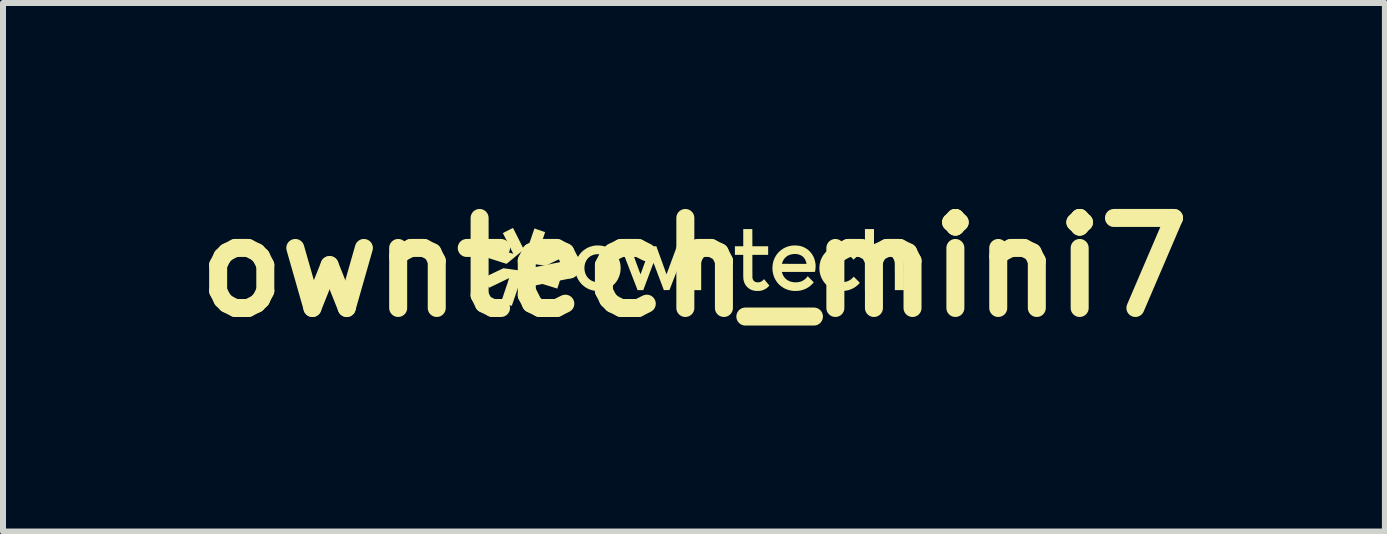
<source format=kicad_pcb>
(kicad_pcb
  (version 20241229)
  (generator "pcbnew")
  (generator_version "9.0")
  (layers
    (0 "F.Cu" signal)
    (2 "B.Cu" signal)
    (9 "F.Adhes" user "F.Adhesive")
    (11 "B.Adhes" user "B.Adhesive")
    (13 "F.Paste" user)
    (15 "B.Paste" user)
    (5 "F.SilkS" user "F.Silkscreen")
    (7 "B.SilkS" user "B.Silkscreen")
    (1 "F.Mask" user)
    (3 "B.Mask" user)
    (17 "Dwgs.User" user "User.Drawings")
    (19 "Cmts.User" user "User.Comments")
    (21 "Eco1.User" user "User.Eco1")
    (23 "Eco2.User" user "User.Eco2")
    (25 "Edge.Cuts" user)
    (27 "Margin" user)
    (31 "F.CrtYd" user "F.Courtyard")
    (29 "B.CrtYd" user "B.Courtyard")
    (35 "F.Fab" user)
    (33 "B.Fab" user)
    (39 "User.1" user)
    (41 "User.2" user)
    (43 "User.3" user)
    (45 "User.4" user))
  (footprint "owntech_mini7"
    (layer "F.Cu")
    (at 8.514 1.404)
    (property "Reference" "owntech_mini7" (at 0 0 0) (layer "F.SilkS") (effects (font (size 1.5 1.5) (thickness 0.3))))
    (attr board_only exclude_from_pos_files exclude_from_bom)
    (fp_poly (pts (xy 0.898 -0.637) (xy 0.973 -0.637) (xy 0.974 -0.493) (xy 0.974 -0.35) (xy 1.105 -0.35) (xy 1.237 -0.35) (xy 1.237 -0.278) (xy 1.237 -0.207) (xy 1.105 -0.207) (xy 0.974 -0.207) (xy 0.974 -0.016) (xy 0.975 0.176) (xy 0.977 0.186) (xy 0.982 0.201) (xy 0.989 0.214) (xy 0.997 0.225) (xy 1.007 0.235) (xy 1.019 0.242) (xy 1.032 0.247) (xy 1.036 0.248) (xy 1.051 0.25) (xy 1.067 0.251) (xy 1.083 0.25) (xy 1.099 0.247) (xy 1.114 0.241) (xy 1.119 0.239) (xy 1.129 0.234) (xy 1.138 0.227) (xy 1.147 0.22) (xy 1.156 0.21) (xy 1.156 0.21) (xy 1.161 0.205) (xy 1.164 0.202) (xy 1.167 0.199) (xy 1.168 0.198) (xy 1.168 0.198) (xy 1.169 0.199) (xy 1.172 0.202) (xy 1.175 0.206) (xy 1.18 0.212) (xy 1.186 0.219) (xy 1.193 0.227) (xy 1.2 0.236) (xy 1.208 0.245) (xy 1.211 0.249) (xy 1.22 0.259) (xy 1.227 0.269) (xy 1.235 0.277) (xy 1.241 0.285) (xy 1.246 0.292) (xy 1.251 0.297) (xy 1.254 0.301) (xy 1.256 0.303) (xy 1.256 0.303) (xy 1.257 0.304) (xy 1.257 0.305) (xy 1.256 0.307) (xy 1.254 0.309) (xy 1.25 0.313) (xy 1.246 0.318) (xy 1.244 0.319) (xy 1.225 0.337) (xy 1.207 0.352) (xy 1.187 0.364) (xy 1.167 0.374) (xy 1.146 0.382) (xy 1.123 0.389) (xy 1.1 0.393) (xy 1.095 0.393) (xy 1.09 0.394) (xy 1.082 0.394) (xy 1.074 0.394) (xy 1.064 0.394) (xy 1.054 0.394) (xy 1.044 0.394) (xy 1.035 0.394) (xy 1.028 0.394) (xy 1.022 0.393) (xy 1.022 0.393) (xy 0.997 0.389) (xy 0.974 0.382) (xy 0.952 0.374) (xy 0.931 0.363) (xy 0.912 0.35) (xy 0.895 0.336) (xy 0.879 0.32) (xy 0.865 0.302) (xy 0.853 0.283) (xy 0.842 0.262) (xy 0.834 0.239) (xy 0.828 0.216) (xy 0.826 0.207) (xy 0.826 0.203) (xy 0.825 0.2) (xy 0.825 0.196) (xy 0.824 0.192) (xy 0.824 0.188) (xy 0.824 0.183) (xy 0.823 0.177) (xy 0.823 0.171) (xy 0.823 0.164) (xy 0.823 0.156) (xy 0.822 0.146) (xy 0.822 0.136) (xy 0.822 0.123) (xy 0.822 0.11) (xy 0.822 0.094) (xy 0.822 0.077) (xy 0.822 0.058) (xy 0.822 0.036) (xy 0.822 0.013) (xy 0.822 -0.013) (xy 0.822 -0.019) (xy 0.822 -0.207) (xy 0.752 -0.207) (xy 0.683 -0.207) (xy 0.683 -0.278) (xy 0.683 -0.35) (xy 0.752 -0.35) (xy 0.822 -0.35) (xy 0.822 -0.494) (xy 0.822 -0.637)) (stroke (width 0) (type solid)) (fill yes) (layer "F.SilkS"))
    (fp_poly (pts (xy 0.339 -0.363) (xy 0.35 -0.363) (xy 0.36 -0.362) (xy 0.369 -0.361) (xy 0.378 -0.36) (xy 0.388 -0.358) (xy 0.398 -0.355) (xy 0.402 -0.354) (xy 0.428 -0.347) (xy 0.452 -0.337) (xy 0.475 -0.325) (xy 0.496 -0.311) (xy 0.516 -0.295) (xy 0.535 -0.277) (xy 0.552 -0.257) (xy 0.568 -0.236) (xy 0.581 -0.214) (xy 0.593 -0.19) (xy 0.603 -0.165) (xy 0.61 -0.139) (xy 0.615 -0.116) (xy 0.616 -0.112) (xy 0.616 -0.109) (xy 0.617 -0.105) (xy 0.617 -0.101) (xy 0.618 -0.097) (xy 0.618 -0.092) (xy 0.618 -0.086) (xy 0.619 -0.08) (xy 0.619 -0.073) (xy 0.619 -0.065) (xy 0.619 -0.056) (xy 0.619 -0.046) (xy 0.62 -0.034) (xy 0.62 -0.021) (xy 0.62 -0.007) (xy 0.62 0.01) (xy 0.62 0.028) (xy 0.62 0.048) (xy 0.62 0.069) (xy 0.62 0.094) (xy 0.62 0.12) (xy 0.62 0.149) (xy 0.62 0.157) (xy 0.62 0.381) (xy 0.544 0.381) (xy 0.468 0.381) (xy 0.468 0.155) (xy 0.468 0.127) (xy 0.468 0.101) (xy 0.468 0.078) (xy 0.468 0.056) (xy 0.467 0.037) (xy 0.467 0.02) (xy 0.467 0.005) (xy 0.467 -0.009) (xy 0.467 -0.021) (xy 0.467 -0.031) (xy 0.467 -0.04) (xy 0.467 -0.048) (xy 0.467 -0.055) (xy 0.467 -0.061) (xy 0.467 -0.065) (xy 0.466 -0.069) (xy 0.466 -0.073) (xy 0.466 -0.075) (xy 0.466 -0.078) (xy 0.465 -0.08) (xy 0.465 -0.082) (xy 0.465 -0.083) (xy 0.465 -0.085) (xy 0.459 -0.106) (xy 0.452 -0.126) (xy 0.443 -0.144) (xy 0.432 -0.161) (xy 0.42 -0.175) (xy 0.406 -0.188) (xy 0.39 -0.198) (xy 0.372 -0.207) (xy 0.353 -0.214) (xy 0.333 -0.219) (xy 0.33 -0.219) (xy 0.323 -0.22) (xy 0.314 -0.221) (xy 0.304 -0.221) (xy 0.293 -0.221) (xy 0.283 -0.221) (xy 0.275 -0.22) (xy 0.27 -0.22) (xy 0.248 -0.215) (xy 0.228 -0.209) (xy 0.209 -0.201) (xy 0.192 -0.19) (xy 0.177 -0.178) (xy 0.163 -0.164) (xy 0.15 -0.148) (xy 0.14 -0.13) (xy 0.132 -0.111) (xy 0.125 -0.09) (xy 0.124 -0.086) (xy 0.121 -0.073) (xy 0.121 0.154) (xy 0.121 0.381) (xy 0.045 0.381) (xy -0.03 0.381) (xy -0.03 0.015) (xy -0.03 -0.35) (xy 0.045 -0.35) (xy 0.121 -0.35) (xy 0.121 -0.32) (xy 0.121 -0.29) (xy 0.13 -0.298) (xy 0.146 -0.31) (xy 0.165 -0.322) (xy 0.185 -0.333) (xy 0.206 -0.342) (xy 0.228 -0.35) (xy 0.25 -0.356) (xy 0.255 -0.357) (xy 0.266 -0.359) (xy 0.275 -0.36) (xy 0.284 -0.362) (xy 0.292 -0.362) (xy 0.301 -0.363) (xy 0.312 -0.363) (xy 0.324 -0.363) (xy 0.326 -0.363)) (stroke (width 0) (type solid)) (fill yes) (layer "F.SilkS"))
    (fp_poly (pts (xy 3.001 -0.464) (xy 3.001 -0.29) (xy 3.01 -0.298) (xy 3.026 -0.31) (xy 3.044 -0.321) (xy 3.064 -0.332) (xy 3.084 -0.341) (xy 3.105 -0.349) (xy 3.125 -0.355) (xy 3.131 -0.356) (xy 3.158 -0.361) (xy 3.186 -0.363) (xy 3.214 -0.364) (xy 3.241 -0.362) (xy 3.265 -0.359) (xy 3.292 -0.353) (xy 3.317 -0.345) (xy 3.341 -0.334) (xy 3.363 -0.322) (xy 3.385 -0.307) (xy 3.404 -0.291) (xy 3.422 -0.273) (xy 3.439 -0.253) (xy 3.454 -0.232) (xy 3.466 -0.209) (xy 3.477 -0.185) (xy 3.486 -0.159) (xy 3.492 -0.133) (xy 3.493 -0.129) (xy 3.494 -0.126) (xy 3.495 -0.122) (xy 3.495 -0.119) (xy 3.496 -0.116) (xy 3.496 -0.112) (xy 3.497 -0.109) (xy 3.497 -0.105) (xy 3.498 -0.1) (xy 3.498 -0.095) (xy 3.498 -0.089) (xy 3.498 -0.082) (xy 3.499 -0.075) (xy 3.499 -0.066) (xy 3.499 -0.056) (xy 3.499 -0.044) (xy 3.499 -0.032) (xy 3.499 -0.017) (xy 3.499 -0.001) (xy 3.499 0.017) (xy 3.499 0.036) (xy 3.5 0.058) (xy 3.5 0.082) (xy 3.5 0.109) (xy 3.5 0.137) (xy 3.5 0.144) (xy 3.5 0.381) (xy 3.424 0.381) (xy 3.348 0.381) (xy 3.348 0.154) (xy 3.348 0.126) (xy 3.348 0.1) (xy 3.348 0.076) (xy 3.347 0.055) (xy 3.347 0.035) (xy 3.347 0.018) (xy 3.347 0.003) (xy 3.347 -0.011) (xy 3.347 -0.023) (xy 3.347 -0.034) (xy 3.347 -0.043) (xy 3.347 -0.051) (xy 3.347 -0.058) (xy 3.347 -0.063) (xy 3.346 -0.068) (xy 3.346 -0.072) (xy 3.346 -0.075) (xy 3.346 -0.078) (xy 3.346 -0.08) (xy 3.345 -0.082) (xy 3.345 -0.083) (xy 3.34 -0.105) (xy 3.333 -0.125) (xy 3.324 -0.143) (xy 3.313 -0.16) (xy 3.301 -0.174) (xy 3.287 -0.187) (xy 3.272 -0.197) (xy 3.259 -0.204) (xy 3.244 -0.21) (xy 3.229 -0.215) (xy 3.213 -0.219) (xy 3.196 -0.221) (xy 3.178 -0.221) (xy 3.156 -0.22) (xy 3.136 -0.217) (xy 3.116 -0.212) (xy 3.098 -0.205) (xy 3.08 -0.195) (xy 3.075 -0.192) (xy 3.067 -0.186) (xy 3.059 -0.179) (xy 3.05 -0.171) (xy 3.042 -0.162) (xy 3.034 -0.153) (xy 3.029 -0.145) (xy 3.028 -0.144) (xy 3.018 -0.126) (xy 3.011 -0.107) (xy 3.005 -0.087) (xy 3.002 -0.07) (xy 3.002 -0.067) (xy 3.002 -0.062) (xy 3.002 -0.055) (xy 3.001 -0.046) (xy 3.001 -0.034) (xy 3.001 -0.021) (xy 3.001 -0.005) (xy 3.001 0.013) (xy 3.001 0.034) (xy 3.001 0.057) (xy 3.001 0.082) (xy 3.001 0.11) (xy 3.001 0.14) (xy 3.001 0.161) (xy 3.001 0.381) (xy 2.925 0.381) (xy 2.85 0.381) (xy 2.85 -0.128) (xy 2.85 -0.637) (xy 2.925 -0.637) (xy 3.001 -0.637)) (stroke (width 0) (type solid)) (fill yes) (layer "F.SilkS"))
    (fp_poly (pts (xy -1.573 -0.363) (xy -1.543 -0.36) (xy -1.513 -0.354) (xy -1.484 -0.347) (xy -1.478 -0.345) (xy -1.449 -0.334) (xy -1.422 -0.321) (xy -1.396 -0.306) (xy -1.371 -0.289) (xy -1.348 -0.271) (xy -1.326 -0.25) (xy -1.306 -0.228) (xy -1.289 -0.205) (xy -1.273 -0.18) (xy -1.258 -0.154) (xy -1.247 -0.127) (xy -1.237 -0.098) (xy -1.229 -0.069) (xy -1.227 -0.055) (xy -1.223 -0.028) (xy -1.221 0.000496) (xy -1.222 0.029) (xy -1.224 0.057) (xy -1.227 0.084) (xy -1.229 0.092) (xy -1.236 0.122) (xy -1.246 0.152) (xy -1.258 0.18) (xy -1.271 0.207) (xy -1.287 0.232) (xy -1.305 0.257) (xy -1.325 0.279) (xy -1.347 0.3) (xy -1.371 0.32) (xy -1.388 0.332) (xy -1.414 0.348) (xy -1.442 0.362) (xy -1.47 0.373) (xy -1.5 0.382) (xy -1.53 0.389) (xy -1.562 0.393) (xy -1.562 0.393) (xy -1.569 0.394) (xy -1.578 0.394) (xy -1.587 0.394) (xy -1.598 0.394) (xy -1.609 0.394) (xy -1.62 0.394) (xy -1.629 0.394) (xy -1.637 0.393) (xy -1.641 0.393) (xy -1.671 0.389) (xy -1.7 0.382) (xy -1.729 0.373) (xy -1.757 0.362) (xy -1.783 0.348) (xy -1.809 0.333) (xy -1.833 0.315) (xy -1.856 0.296) (xy -1.877 0.275) (xy -1.896 0.252) (xy -1.914 0.228) (xy -1.93 0.202) (xy -1.944 0.175) (xy -1.953 0.155) (xy -1.96 0.135) (xy -1.966 0.116) (xy -1.971 0.096) (xy -1.975 0.074) (xy -1.975 0.07) (xy -1.977 0.059) (xy -1.978 0.047) (xy -1.978 0.033) (xy -1.979 0.019) (xy -1.979 0.016) (xy -1.825 0.016) (xy -1.823 0.04) (xy -1.82 0.064) (xy -1.814 0.088) (xy -1.806 0.111) (xy -1.798 0.129) (xy -1.787 0.148) (xy -1.774 0.166) (xy -1.759 0.183) (xy -1.743 0.198) (xy -1.725 0.212) (xy -1.708 0.222) (xy -1.695 0.228) (xy -1.681 0.234) (xy -1.666 0.239) (xy -1.65 0.243) (xy -1.636 0.246) (xy -1.632 0.246) (xy -1.626 0.247) (xy -1.618 0.247) (xy -1.609 0.248) (xy -1.599 0.248) (xy -1.589 0.247) (xy -1.58 0.247) (xy -1.573 0.247) (xy -1.57 0.246) (xy -1.56 0.245) (xy -1.549 0.242) (xy -1.537 0.239) (xy -1.525 0.236) (xy -1.515 0.232) (xy -1.515 0.232) (xy -1.494 0.223) (xy -1.474 0.211) (xy -1.456 0.197) (xy -1.439 0.181) (xy -1.424 0.164) (xy -1.411 0.144) (xy -1.401 0.128) (xy -1.392 0.106) (xy -1.384 0.085) (xy -1.379 0.063) (xy -1.376 0.039) (xy -1.375 0.031) (xy -1.374 0.006) (xy -1.376 -0.019) (xy -1.38 -0.044) (xy -1.387 -0.067) (xy -1.396 -0.09) (xy -1.4 -0.098) (xy -1.411 -0.119) (xy -1.425 -0.138) (xy -1.44 -0.155) (xy -1.457 -0.17) (xy -1.475 -0.183) (xy -1.495 -0.194) (xy -1.516 -0.203) (xy -1.538 -0.21) (xy -1.561 -0.215) (xy -1.585 -0.218) (xy -1.6 -0.218) (xy -1.625 -0.217) (xy -1.648 -0.214) (xy -1.671 -0.208) (xy -1.693 -0.2) (xy -1.713 -0.19) (xy -1.732 -0.179) (xy -1.75 -0.165) (xy -1.766 -0.149) (xy -1.78 -0.132) (xy -1.793 -0.112) (xy -1.799 -0.1) (xy -1.809 -0.079) (xy -1.816 -0.056) (xy -1.821 -0.033) (xy -1.824 -0.008) (xy -1.825 0.016) (xy -1.979 0.016) (xy -1.979 0.005) (xy -1.979 -0.009) (xy -1.978 -0.021) (xy -1.977 -0.029) (xy -1.972 -0.06) (xy -1.965 -0.091) (xy -1.956 -0.12) (xy -1.944 -0.148) (xy -1.93 -0.175) (xy -1.914 -0.201) (xy -1.896 -0.225) (xy -1.876 -0.248) (xy -1.87 -0.254) (xy -1.848 -0.275) (xy -1.824 -0.293) (xy -1.798 -0.31) (xy -1.772 -0.325) (xy -1.744 -0.337) (xy -1.715 -0.347) (xy -1.685 -0.355) (xy -1.665 -0.359) (xy -1.635 -0.363) (xy -1.604 -0.364)) (stroke (width 0) (type solid)) (fill yes) (layer "F.SilkS"))
    (fp_poly (pts (xy 1.704 -0.363) (xy 1.734 -0.361) (xy 1.763 -0.356) (xy 1.792 -0.349) (xy 1.819 -0.339) (xy 1.845 -0.327) (xy 1.87 -0.313) (xy 1.879 -0.307) (xy 1.902 -0.291) (xy 1.923 -0.272) (xy 1.942 -0.251) (xy 1.96 -0.229) (xy 1.976 -0.206) (xy 1.99 -0.181) (xy 2.002 -0.154) (xy 2.011 -0.127) (xy 2.019 -0.098) (xy 2.024 -0.068) (xy 2.026 -0.06) (xy 2.027 -0.046) (xy 2.028 -0.032) (xy 2.028 -0.019) (xy 2.028 -0.006) (xy 2.027 0.008) (xy 2.026 0.022) (xy 2.024 0.039) (xy 2.021 0.056) (xy 2.018 0.077) (xy 1.742 0.078) (xy 1.466 0.078) (xy 1.467 0.083) (xy 1.47 0.093) (xy 1.473 0.104) (xy 1.478 0.115) (xy 1.483 0.127) (xy 1.486 0.134) (xy 1.498 0.154) (xy 1.511 0.172) (xy 1.526 0.189) (xy 1.543 0.203) (xy 1.561 0.216) (xy 1.582 0.227) (xy 1.603 0.236) (xy 1.627 0.243) (xy 1.651 0.248) (xy 1.66 0.249) (xy 1.667 0.25) (xy 1.675 0.25) (xy 1.685 0.251) (xy 1.696 0.251) (xy 1.706 0.251) (xy 1.716 0.25) (xy 1.724 0.25) (xy 1.73 0.249) (xy 1.755 0.245) (xy 1.778 0.239) (xy 1.799 0.231) (xy 1.819 0.221) (xy 1.837 0.209) (xy 1.855 0.195) (xy 1.871 0.179) (xy 1.883 0.166) (xy 1.897 0.149) (xy 1.947 0.2) (xy 1.997 0.251) (xy 1.989 0.26) (xy 1.968 0.283) (xy 1.946 0.304) (xy 1.923 0.323) (xy 1.898 0.339) (xy 1.872 0.354) (xy 1.844 0.366) (xy 1.815 0.377) (xy 1.784 0.385) (xy 1.752 0.391) (xy 1.75 0.392) (xy 1.745 0.392) (xy 1.739 0.393) (xy 1.731 0.393) (xy 1.721 0.393) (xy 1.711 0.394) (xy 1.7 0.394) (xy 1.69 0.394) (xy 1.68 0.394) (xy 1.671 0.394) (xy 1.663 0.394) (xy 1.657 0.394) (xy 1.655 0.394) (xy 1.623 0.389) (xy 1.591 0.383) (xy 1.561 0.374) (xy 1.532 0.363) (xy 1.505 0.35) (xy 1.479 0.334) (xy 1.454 0.317) (xy 1.431 0.298) (xy 1.409 0.277) (xy 1.389 0.254) (xy 1.376 0.235) (xy 1.36 0.21) (xy 1.346 0.184) (xy 1.334 0.157) (xy 1.325 0.129) (xy 1.317 0.1) (xy 1.312 0.071) (xy 1.309 0.041) (xy 1.308 0.011) (xy 1.31 -0.018) (xy 1.313 -0.048) (xy 1.315 -0.06) (xy 1.467 -0.06) (xy 1.467 -0.059) (xy 1.467 -0.059) (xy 1.468 -0.059) (xy 1.469 -0.059) (xy 1.471 -0.058) (xy 1.474 -0.058) (xy 1.477 -0.058) (xy 1.481 -0.058) (xy 1.487 -0.058) (xy 1.493 -0.058) (xy 1.501 -0.058) (xy 1.511 -0.058) (xy 1.522 -0.058) (xy 1.534 -0.058) (xy 1.549 -0.058) (xy 1.565 -0.058) (xy 1.583 -0.057) (xy 1.603 -0.057) (xy 1.626 -0.057) (xy 1.651 -0.057) (xy 1.672 -0.057) (xy 1.877 -0.057) (xy 1.876 -0.062) (xy 1.87 -0.085) (xy 1.863 -0.107) (xy 1.854 -0.127) (xy 1.843 -0.145) (xy 1.83 -0.162) (xy 1.816 -0.176) (xy 1.805 -0.185) (xy 1.789 -0.195) (xy 1.772 -0.204) (xy 1.753 -0.211) (xy 1.732 -0.216) (xy 1.713 -0.22) (xy 1.706 -0.22) (xy 1.698 -0.221) (xy 1.688 -0.221) (xy 1.677 -0.221) (xy 1.667 -0.221) (xy 1.658 -0.22) (xy 1.651 -0.22) (xy 1.649 -0.22) (xy 1.625 -0.215) (xy 1.603 -0.209) (xy 1.581 -0.201) (xy 1.561 -0.191) (xy 1.543 -0.178) (xy 1.526 -0.164) (xy 1.511 -0.148) (xy 1.498 -0.13) (xy 1.486 -0.111) (xy 1.483 -0.105) (xy 1.481 -0.1) (xy 1.478 -0.093) (xy 1.475 -0.086) (xy 1.473 -0.079) (xy 1.47 -0.072) (xy 1.468 -0.066) (xy 1.467 -0.062) (xy 1.467 -0.06) (xy 1.315 -0.06) (xy 1.319 -0.077) (xy 1.326 -0.106) (xy 1.336 -0.133) (xy 1.348 -0.16) (xy 1.363 -0.186) (xy 1.366 -0.192) (xy 1.384 -0.218) (xy 1.403 -0.241) (xy 1.424 -0.263) (xy 1.447 -0.282) (xy 1.471 -0.3) (xy 1.496 -0.316) (xy 1.518 -0.327) (xy 1.545 -0.339) (xy 1.572 -0.348) (xy 1.599 -0.355) (xy 1.627 -0.36) (xy 1.657 -0.363) (xy 1.672 -0.364)) (stroke (width 0) (type solid)) (fill yes) (layer "F.SilkS"))
    (fp_poly (pts (xy -2.577 0.063) (xy -2.573 0.064) (xy -2.568 0.066) (xy -2.56 0.068) (xy -2.551 0.071) (xy -2.54 0.075) (xy -2.527 0.078) (xy -2.513 0.083) (xy -2.499 0.087) (xy -2.483 0.092) (xy -2.466 0.097) (xy -2.449 0.103) (xy -2.431 0.108) (xy -2.413 0.114) (xy -2.395 0.119) (xy -2.377 0.125) (xy -2.359 0.13) (xy -2.342 0.136) (xy -2.325 0.141) (xy -2.308 0.146) (xy -2.293 0.151) (xy -2.278 0.156) (xy -2.265 0.16) (xy -2.253 0.163) (xy -2.243 0.167) (xy -2.234 0.169) (xy -2.227 0.172) (xy -2.222 0.173) (xy -2.22 0.174) (xy -2.219 0.174) (xy -2.22 0.176) (xy -2.221 0.179) (xy -2.222 0.184) (xy -2.224 0.192) (xy -2.227 0.2) (xy -2.23 0.21) (xy -2.234 0.221) (xy -2.237 0.233) (xy -2.241 0.245) (xy -2.245 0.258) (xy -2.249 0.271) (xy -2.253 0.284) (xy -2.257 0.296) (xy -2.261 0.308) (xy -2.265 0.319) (xy -2.268 0.329) (xy -2.271 0.338) (xy -2.273 0.345) (xy -2.275 0.35) (xy -2.276 0.354) (xy -2.277 0.355) (xy -2.277 0.355) (xy -2.278 0.355) (xy -2.282 0.354) (xy -2.288 0.352) (xy -2.295 0.349) (xy -2.305 0.346) (xy -2.317 0.343) (xy -2.33 0.338) (xy -2.345 0.334) (xy -2.361 0.329) (xy -2.379 0.323) (xy -2.398 0.317) (xy -2.418 0.311) (xy -2.439 0.305) (xy -2.46 0.298) (xy -2.483 0.291) (xy -2.489 0.289) (xy -2.512 0.282) (xy -2.534 0.275) (xy -2.555 0.268) (xy -2.575 0.262) (xy -2.594 0.256) (xy -2.612 0.25) (xy -2.629 0.245) (xy -2.644 0.24) (xy -2.658 0.236) (xy -2.67 0.232) (xy -2.68 0.229) (xy -2.689 0.226) (xy -2.695 0.225) (xy -2.699 0.223) (xy -2.701 0.223) (xy -2.701 0.223) (xy -2.701 0.224) (xy -2.699 0.227) (xy -2.697 0.233) (xy -2.693 0.24) (xy -2.689 0.249) (xy -2.683 0.26) (xy -2.677 0.272) (xy -2.67 0.286) (xy -2.663 0.301) (xy -2.655 0.317) (xy -2.646 0.334) (xy -2.637 0.352) (xy -2.628 0.371) (xy -2.618 0.39) (xy -2.615 0.396) (xy -2.605 0.416) (xy -2.596 0.435) (xy -2.586 0.453) (xy -2.578 0.47) (xy -2.569 0.487) (xy -2.562 0.502) (xy -2.555 0.516) (xy -2.548 0.529) (xy -2.543 0.54) (xy -2.538 0.55) (xy -2.534 0.558) (xy -2.531 0.564) (xy -2.529 0.568) (xy -2.528 0.569) (xy -2.528 0.57) (xy -2.529 0.57) (xy -2.532 0.572) (xy -2.537 0.575) (xy -2.544 0.578) (xy -2.552 0.582) (xy -2.561 0.587) (xy -2.572 0.592) (xy -2.583 0.598) (xy -2.594 0.604) (xy -2.606 0.61) (xy -2.618 0.616) (xy -2.63 0.622) (xy -2.642 0.628) (xy -2.653 0.633) (xy -2.663 0.638) (xy -2.672 0.643) (xy -2.68 0.647) (xy -2.687 0.651) (xy -2.692 0.653) (xy -2.696 0.655) (xy -2.697 0.655) (xy -2.697 0.654) (xy -2.699 0.651) (xy -2.702 0.645) (xy -2.706 0.638) (xy -2.71 0.629) (xy -2.716 0.619) (xy -2.722 0.606) (xy -2.729 0.593) (xy -2.736 0.578) (xy -2.744 0.562) (xy -2.753 0.544) (xy -2.762 0.526) (xy -2.772 0.508) (xy -2.782 0.488) (xy -2.785 0.481) (xy -2.799 0.454) (xy -2.811 0.43) (xy -2.822 0.408) (xy -2.832 0.388) (xy -2.841 0.37) (xy -2.849 0.354) (xy -2.855 0.341) (xy -2.861 0.33) (xy -2.865 0.32) (xy -2.868 0.313) (xy -2.871 0.308) (xy -2.872 0.305) (xy -2.872 0.304) (xy -2.871 0.303) (xy -2.868 0.301) (xy -2.863 0.297) (xy -2.857 0.292) (xy -2.85 0.285) (xy -2.841 0.278) (xy -2.83 0.27) (xy -2.819 0.26) (xy -2.807 0.25) (xy -2.794 0.24) (xy -2.781 0.229) (xy -2.767 0.217) (xy -2.752 0.205) (xy -2.738 0.193) (xy -2.723 0.181) (xy -2.708 0.169) (xy -2.693 0.157) (xy -2.679 0.145) (xy -2.665 0.134) (xy -2.652 0.123) (xy -2.639 0.112) (xy -2.627 0.103) (xy -2.617 0.094) (xy -2.607 0.086) (xy -2.598 0.079) (xy -2.591 0.073) (xy -2.585 0.068) (xy -2.581 0.065) (xy -2.579 0.063) (xy -2.578 0.063)) (stroke (width 0) (type solid)) (fill yes) (layer "F.SilkS"))
    (fp_poly (pts (xy -3.014 -0.653) (xy -3.014 -0.653) (xy -3.013 -0.652) (xy -3.011 -0.648) (xy -3.008 -0.643) (xy -3.005 -0.636) (xy -3 -0.627) (xy -2.995 -0.616) (xy -2.989 -0.604) (xy -2.982 -0.591) (xy -2.975 -0.577) (xy -2.968 -0.562) (xy -2.96 -0.546) (xy -2.951 -0.53) (xy -2.943 -0.513) (xy -2.934 -0.496) (xy -2.925 -0.478) (xy -2.916 -0.461) (xy -2.908 -0.443) (xy -2.899 -0.426) (xy -2.891 -0.409) (xy -2.883 -0.393) (xy -2.875 -0.378) (xy -2.868 -0.363) (xy -2.861 -0.35) (xy -2.855 -0.338) (xy -2.849 -0.327) (xy -2.844 -0.317) (xy -2.84 -0.309) (xy -2.837 -0.303) (xy -2.835 -0.299) (xy -2.834 -0.297) (xy -2.834 -0.296) (xy -2.835 -0.295) (xy -2.838 -0.293) (xy -2.842 -0.289) (xy -2.849 -0.284) (xy -2.856 -0.277) (xy -2.866 -0.27) (xy -2.876 -0.261) (xy -2.888 -0.251) (xy -2.9 -0.241) (xy -2.914 -0.229) (xy -2.929 -0.217) (xy -2.944 -0.204) (xy -2.96 -0.191) (xy -2.977 -0.177) (xy -2.977 -0.177) (xy -2.996 -0.161) (xy -3.014 -0.146) (xy -3.031 -0.132) (xy -3.047 -0.119) (xy -3.061 -0.107) (xy -3.074 -0.096) (xy -3.086 -0.087) (xy -3.096 -0.078) (xy -3.105 -0.071) (xy -3.112 -0.066) (xy -3.117 -0.061) (xy -3.121 -0.059) (xy -3.123 -0.058) (xy -3.123 -0.058) (xy -3.124 -0.058) (xy -3.128 -0.059) (xy -3.134 -0.061) (xy -3.142 -0.063) (xy -3.152 -0.067) (xy -3.163 -0.07) (xy -3.177 -0.074) (xy -3.191 -0.079) (xy -3.207 -0.084) (xy -3.225 -0.09) (xy -3.243 -0.096) (xy -3.262 -0.102) (xy -3.283 -0.108) (xy -3.303 -0.115) (xy -3.309 -0.117) (xy -3.33 -0.123) (xy -3.35 -0.13) (xy -3.37 -0.136) (xy -3.388 -0.142) (xy -3.406 -0.148) (xy -3.422 -0.153) (xy -3.437 -0.158) (xy -3.45 -0.163) (xy -3.462 -0.167) (xy -3.473 -0.17) (xy -3.481 -0.173) (xy -3.487 -0.175) (xy -3.491 -0.176) (xy -3.493 -0.177) (xy -3.493 -0.177) (xy -3.493 -0.178) (xy -3.492 -0.182) (xy -3.49 -0.187) (xy -3.488 -0.195) (xy -3.485 -0.203) (xy -3.482 -0.213) (xy -3.479 -0.224) (xy -3.475 -0.236) (xy -3.471 -0.249) (xy -3.467 -0.261) (xy -3.463 -0.274) (xy -3.459 -0.287) (xy -3.456 -0.299) (xy -3.452 -0.311) (xy -3.448 -0.322) (xy -3.445 -0.332) (xy -3.443 -0.34) (xy -3.44 -0.347) (xy -3.439 -0.353) (xy -3.438 -0.356) (xy -3.437 -0.357) (xy -3.436 -0.357) (xy -3.432 -0.356) (xy -3.427 -0.354) (xy -3.419 -0.351) (xy -3.409 -0.348) (xy -3.398 -0.345) (xy -3.384 -0.341) (xy -3.369 -0.336) (xy -3.353 -0.331) (xy -3.336 -0.326) (xy -3.317 -0.32) (xy -3.297 -0.313) (xy -3.276 -0.307) (xy -3.254 -0.3) (xy -3.232 -0.293) (xy -3.224 -0.29) (xy -3.201 -0.283) (xy -3.179 -0.277) (xy -3.158 -0.27) (xy -3.138 -0.264) (xy -3.118 -0.258) (xy -3.1 -0.252) (xy -3.084 -0.247) (xy -3.068 -0.242) (xy -3.054 -0.238) (xy -3.042 -0.234) (xy -3.032 -0.23) (xy -3.023 -0.228) (xy -3.017 -0.226) (xy -3.013 -0.225) (xy -3.01 -0.224) (xy -3.01 -0.224) (xy -3.011 -0.225) (xy -3.012 -0.228) (xy -3.015 -0.234) (xy -3.019 -0.241) (xy -3.023 -0.25) (xy -3.029 -0.261) (xy -3.035 -0.273) (xy -3.042 -0.286) (xy -3.049 -0.301) (xy -3.057 -0.317) (xy -3.066 -0.335) (xy -3.075 -0.353) (xy -3.084 -0.371) (xy -3.094 -0.391) (xy -3.097 -0.396) (xy -3.107 -0.416) (xy -3.116 -0.435) (xy -3.125 -0.453) (xy -3.134 -0.47) (xy -3.142 -0.487) (xy -3.15 -0.502) (xy -3.157 -0.516) (xy -3.163 -0.529) (xy -3.169 -0.54) (xy -3.174 -0.549) (xy -3.178 -0.557) (xy -3.18 -0.563) (xy -3.182 -0.567) (xy -3.183 -0.569) (xy -3.183 -0.569) (xy -3.182 -0.57) (xy -3.179 -0.572) (xy -3.174 -0.575) (xy -3.167 -0.578) (xy -3.158 -0.583) (xy -3.149 -0.588) (xy -3.138 -0.594) (xy -3.125 -0.6) (xy -3.112 -0.606) (xy -3.099 -0.613) (xy -3.084 -0.621) (xy -3.07 -0.628) (xy -3.058 -0.634) (xy -3.048 -0.639) (xy -3.04 -0.643) (xy -3.033 -0.646) (xy -3.027 -0.649) (xy -3.023 -0.651) (xy -3.02 -0.652) (xy -3.017 -0.653) (xy -3.016 -0.654) (xy -3.015 -0.654)) (stroke (width 0) (type solid)) (fill yes) (layer "F.SilkS"))
    (fp_poly (pts (xy -3.173 0.017) (xy -3.169 0.017) (xy -3.163 0.018) (xy -3.154 0.019) (xy -3.144 0.021) (xy -3.132 0.022) (xy -3.118 0.024) (xy -3.103 0.026) (xy -3.087 0.028) (xy -3.069 0.031) (xy -3.051 0.033) (xy -3.031 0.036) (xy -3.011 0.039) (xy -3.005 0.039) (xy -2.98 0.043) (xy -2.958 0.046) (xy -2.938 0.049) (xy -2.92 0.051) (xy -2.905 0.053) (xy -2.891 0.055) (xy -2.879 0.057) (xy -2.869 0.058) (xy -2.861 0.06) (xy -2.854 0.061) (xy -2.849 0.062) (xy -2.845 0.062) (xy -2.842 0.063) (xy -2.84 0.064) (xy -2.839 0.064) (xy -2.839 0.064) (xy -2.84 0.065) (xy -2.841 0.069) (xy -2.843 0.075) (xy -2.845 0.083) (xy -2.849 0.093) (xy -2.853 0.105) (xy -2.857 0.118) (xy -2.862 0.133) (xy -2.867 0.149) (xy -2.873 0.166) (xy -2.879 0.185) (xy -2.886 0.204) (xy -2.893 0.225) (xy -2.9 0.246) (xy -2.907 0.268) (xy -2.915 0.29) (xy -2.923 0.312) (xy -2.93 0.335) (xy -2.938 0.358) (xy -2.946 0.381) (xy -2.954 0.404) (xy -2.961 0.426) (xy -2.969 0.448) (xy -2.976 0.47) (xy -2.983 0.491) (xy -2.99 0.511) (xy -2.997 0.53) (xy -3.003 0.548) (xy -3.008 0.565) (xy -3.014 0.581) (xy -3.019 0.595) (xy -3.023 0.607) (xy -3.027 0.618) (xy -3.03 0.628) (xy -3.033 0.635) (xy -3.034 0.64) (xy -3.035 0.643) (xy -3.036 0.644) (xy -3.037 0.643) (xy -3.041 0.642) (xy -3.046 0.64) (xy -3.054 0.638) (xy -3.063 0.635) (xy -3.074 0.631) (xy -3.085 0.627) (xy -3.098 0.623) (xy -3.112 0.618) (xy -3.125 0.614) (xy -3.139 0.609) (xy -3.153 0.604) (xy -3.166 0.6) (xy -3.177 0.596) (xy -3.188 0.592) (xy -3.197 0.589) (xy -3.204 0.587) (xy -3.209 0.585) (xy -3.213 0.584) (xy -3.214 0.583) (xy -3.213 0.582) (xy -3.212 0.578) (xy -3.21 0.573) (xy -3.208 0.565) (xy -3.205 0.555) (xy -3.201 0.544) (xy -3.196 0.531) (xy -3.192 0.516) (xy -3.186 0.5) (xy -3.18 0.482) (xy -3.174 0.464) (xy -3.168 0.444) (xy -3.161 0.424) (xy -3.154 0.403) (xy -3.146 0.382) (xy -3.139 0.36) (xy -3.132 0.339) (xy -3.125 0.318) (xy -3.118 0.299) (xy -3.112 0.28) (xy -3.106 0.263) (xy -3.101 0.247) (xy -3.096 0.232) (xy -3.092 0.219) (xy -3.088 0.208) (xy -3.085 0.198) (xy -3.082 0.191) (xy -3.08 0.185) (xy -3.079 0.182) (xy -3.079 0.18) (xy -3.08 0.181) (xy -3.084 0.183) (xy -3.089 0.185) (xy -3.096 0.189) (xy -3.105 0.193) (xy -3.116 0.198) (xy -3.128 0.204) (xy -3.142 0.21) (xy -3.157 0.218) (xy -3.173 0.225) (xy -3.19 0.234) (xy -3.208 0.242) (xy -3.227 0.252) (xy -3.247 0.261) (xy -3.247 0.261) (xy -3.266 0.271) (xy -3.285 0.28) (xy -3.303 0.288) (xy -3.32 0.297) (xy -3.337 0.305) (xy -3.352 0.312) (xy -3.365 0.318) (xy -3.378 0.324) (xy -3.389 0.33) (xy -3.398 0.334) (xy -3.405 0.338) (xy -3.411 0.34) (xy -3.414 0.342) (xy -3.416 0.343) (xy -3.416 0.343) (xy -3.416 0.342) (xy -3.418 0.338) (xy -3.421 0.333) (xy -3.424 0.327) (xy -3.428 0.319) (xy -3.433 0.309) (xy -3.438 0.299) (xy -3.443 0.288) (xy -3.449 0.276) (xy -3.455 0.264) (xy -3.461 0.252) (xy -3.467 0.24) (xy -3.473 0.229) (xy -3.478 0.218) (xy -3.483 0.207) (xy -3.488 0.198) (xy -3.492 0.19) (xy -3.495 0.183) (xy -3.497 0.178) (xy -3.499 0.175) (xy -3.499 0.173) (xy -3.498 0.173) (xy -3.495 0.171) (xy -3.49 0.168) (xy -3.483 0.165) (xy -3.474 0.16) (xy -3.464 0.155) (xy -3.452 0.15) (xy -3.439 0.143) (xy -3.425 0.137) (xy -3.411 0.129) (xy -3.395 0.122) (xy -3.379 0.114) (xy -3.363 0.106) (xy -3.346 0.098) (xy -3.33 0.09) (xy -3.313 0.082) (xy -3.296 0.074) (xy -3.28 0.066) (xy -3.265 0.059) (xy -3.25 0.052) (xy -3.236 0.045) (xy -3.223 0.039) (xy -3.211 0.034) (xy -3.201 0.029) (xy -3.192 0.024) (xy -3.185 0.021) (xy -3.179 0.019) (xy -3.176 0.017) (xy -3.175 0.017)) (stroke (width 0) (type solid)) (fill yes) (layer "F.SilkS"))
    (fp_poly (pts (xy 2.487 -0.363) (xy 2.498 -0.363) (xy 2.508 -0.362) (xy 2.516 -0.362) (xy 2.517 -0.362) (xy 2.548 -0.357) (xy 2.579 -0.349) (xy 2.608 -0.34) (xy 2.636 -0.328) (xy 2.663 -0.313) (xy 2.689 -0.297) (xy 2.706 -0.285) (xy 2.711 -0.28) (xy 2.717 -0.275) (xy 2.725 -0.268) (xy 2.732 -0.261) (xy 2.74 -0.253) (xy 2.747 -0.246) (xy 2.753 -0.24) (xy 2.757 -0.235) (xy 2.757 -0.235) (xy 2.762 -0.229) (xy 2.712 -0.178) (xy 2.703 -0.168) (xy 2.694 -0.159) (xy 2.686 -0.151) (xy 2.679 -0.144) (xy 2.672 -0.138) (xy 2.667 -0.133) (xy 2.664 -0.129) (xy 2.662 -0.127) (xy 2.661 -0.127) (xy 2.66 -0.127) (xy 2.658 -0.13) (xy 2.655 -0.133) (xy 2.653 -0.135) (xy 2.647 -0.142) (xy 2.639 -0.15) (xy 2.63 -0.158) (xy 2.622 -0.166) (xy 2.614 -0.173) (xy 2.607 -0.178) (xy 2.606 -0.179) (xy 2.587 -0.19) (xy 2.566 -0.2) (xy 2.544 -0.208) (xy 2.521 -0.214) (xy 2.497 -0.217) (xy 2.474 -0.218) (xy 2.45 -0.218) (xy 2.426 -0.214) (xy 2.41 -0.211) (xy 2.388 -0.204) (xy 2.366 -0.195) (xy 2.347 -0.183) (xy 2.328 -0.17) (xy 2.312 -0.155) (xy 2.297 -0.138) (xy 2.283 -0.12) (xy 2.272 -0.1) (xy 2.262 -0.079) (xy 2.255 -0.056) (xy 2.249 -0.032) (xy 2.248 -0.021) (xy 2.247 -0.012) (xy 2.246 -0.002) (xy 2.246 0.009) (xy 2.246 0.02) (xy 2.246 0.031) (xy 2.247 0.04) (xy 2.247 0.045) (xy 2.251 0.07) (xy 2.258 0.094) (xy 2.266 0.117) (xy 2.277 0.138) (xy 2.289 0.157) (xy 2.304 0.176) (xy 2.31 0.182) (xy 2.327 0.198) (xy 2.345 0.211) (xy 2.365 0.223) (xy 2.386 0.233) (xy 2.408 0.24) (xy 2.432 0.245) (xy 2.438 0.246) (xy 2.446 0.247) (xy 2.456 0.247) (xy 2.467 0.248) (xy 2.478 0.248) (xy 2.488 0.247) (xy 2.498 0.247) (xy 2.503 0.246) (xy 2.527 0.242) (xy 2.551 0.236) (xy 2.573 0.227) (xy 2.594 0.217) (xy 2.613 0.204) (xy 2.627 0.193) (xy 2.632 0.189) (xy 2.638 0.183) (xy 2.644 0.177) (xy 2.649 0.171) (xy 2.649 0.171) (xy 2.654 0.166) (xy 2.658 0.162) (xy 2.661 0.159) (xy 2.662 0.157) (xy 2.663 0.157) (xy 2.664 0.158) (xy 2.667 0.16) (xy 2.671 0.164) (xy 2.676 0.17) (xy 2.682 0.176) (xy 2.69 0.183) (xy 2.697 0.19) (xy 2.705 0.198) (xy 2.714 0.207) (xy 2.722 0.215) (xy 2.73 0.223) (xy 2.738 0.231) (xy 2.745 0.238) (xy 2.751 0.244) (xy 2.756 0.25) (xy 2.761 0.254) (xy 2.763 0.257) (xy 2.764 0.259) (xy 2.764 0.259) (xy 2.763 0.26) (xy 2.761 0.263) (xy 2.758 0.267) (xy 2.753 0.272) (xy 2.748 0.278) (xy 2.743 0.283) (xy 2.737 0.289) (xy 2.732 0.294) (xy 2.728 0.298) (xy 2.727 0.298) (xy 2.705 0.317) (xy 2.681 0.334) (xy 2.655 0.349) (xy 2.628 0.362) (xy 2.6 0.373) (xy 2.572 0.382) (xy 2.542 0.388) (xy 2.512 0.393) (xy 2.482 0.395) (xy 2.451 0.395) (xy 2.448 0.395) (xy 2.417 0.392) (xy 2.386 0.386) (xy 2.356 0.378) (xy 2.327 0.368) (xy 2.299 0.356) (xy 2.272 0.341) (xy 2.254 0.329) (xy 2.229 0.311) (xy 2.206 0.291) (xy 2.185 0.269) (xy 2.166 0.245) (xy 2.149 0.22) (xy 2.134 0.193) (xy 2.131 0.187) (xy 2.119 0.161) (xy 2.109 0.134) (xy 2.102 0.107) (xy 2.096 0.079) (xy 2.093 0.053) (xy 2.092 0.045) (xy 2.092 0.035) (xy 2.091 0.024) (xy 2.091 0.013) (xy 2.091 0.002) (xy 2.092 -0.009) (xy 2.092 -0.018) (xy 2.093 -0.024) (xy 2.097 -0.055) (xy 2.104 -0.086) (xy 2.112 -0.115) (xy 2.124 -0.143) (xy 2.137 -0.17) (xy 2.152 -0.196) (xy 2.17 -0.22) (xy 2.189 -0.243) (xy 2.21 -0.265) (xy 2.223 -0.276) (xy 2.247 -0.294) (xy 2.272 -0.311) (xy 2.298 -0.325) (xy 2.324 -0.337) (xy 2.353 -0.347) (xy 2.382 -0.354) (xy 2.413 -0.36) (xy 2.42 -0.361) (xy 2.428 -0.362) (xy 2.438 -0.363) (xy 2.449 -0.363) (xy 2.462 -0.363) (xy 2.474 -0.363)) (stroke (width 0) (type solid)) (fill yes) (layer "F.SilkS"))
    (fp_poly (pts (xy -2.656 -0.646) (xy -2.652 -0.645) (xy -2.647 -0.643) (xy -2.639 -0.64) (xy -2.631 -0.637) (xy -2.621 -0.634) (xy -2.61 -0.63) (xy -2.598 -0.626) (xy -2.585 -0.622) (xy -2.573 -0.618) (xy -2.56 -0.614) (xy -2.548 -0.609) (xy -2.535 -0.605) (xy -2.524 -0.601) (xy -2.513 -0.597) (xy -2.504 -0.594) (xy -2.495 -0.591) (xy -2.489 -0.589) (xy -2.484 -0.587) (xy -2.481 -0.586) (xy -2.48 -0.585) (xy -2.48 -0.584) (xy -2.481 -0.58) (xy -2.483 -0.575) (xy -2.486 -0.567) (xy -2.489 -0.557) (xy -2.493 -0.545) (xy -2.497 -0.532) (xy -2.502 -0.517) (xy -2.508 -0.501) (xy -2.514 -0.484) (xy -2.52 -0.465) (xy -2.527 -0.445) (xy -2.533 -0.425) (xy -2.541 -0.403) (xy -2.548 -0.381) (xy -2.55 -0.374) (xy -2.558 -0.352) (xy -2.565 -0.33) (xy -2.572 -0.309) (xy -2.579 -0.289) (xy -2.586 -0.27) (xy -2.592 -0.252) (xy -2.597 -0.236) (xy -2.602 -0.221) (xy -2.607 -0.207) (xy -2.611 -0.195) (xy -2.614 -0.185) (xy -2.617 -0.176) (xy -2.619 -0.17) (xy -2.62 -0.165) (xy -2.621 -0.163) (xy -2.621 -0.163) (xy -2.62 -0.164) (xy -2.617 -0.165) (xy -2.611 -0.168) (xy -2.604 -0.171) (xy -2.595 -0.176) (xy -2.584 -0.181) (xy -2.572 -0.187) (xy -2.558 -0.194) (xy -2.543 -0.201) (xy -2.527 -0.209) (xy -2.509 -0.217) (xy -2.491 -0.226) (xy -2.472 -0.236) (xy -2.452 -0.245) (xy -2.442 -0.25) (xy -2.422 -0.26) (xy -2.403 -0.27) (xy -2.384 -0.279) (xy -2.366 -0.288) (xy -2.349 -0.296) (xy -2.334 -0.304) (xy -2.319 -0.311) (xy -2.306 -0.317) (xy -2.295 -0.323) (xy -2.285 -0.328) (xy -2.276 -0.332) (xy -2.27 -0.335) (xy -2.266 -0.337) (xy -2.263 -0.338) (xy -2.263 -0.338) (xy -2.262 -0.337) (xy -2.261 -0.334) (xy -2.258 -0.329) (xy -2.255 -0.322) (xy -2.251 -0.314) (xy -2.246 -0.305) (xy -2.241 -0.295) (xy -2.236 -0.284) (xy -2.23 -0.272) (xy -2.224 -0.26) (xy -2.218 -0.248) (xy -2.212 -0.236) (xy -2.207 -0.224) (xy -2.201 -0.213) (xy -2.196 -0.203) (xy -2.191 -0.193) (xy -2.188 -0.185) (xy -2.184 -0.178) (xy -2.182 -0.173) (xy -2.18 -0.169) (xy -2.18 -0.168) (xy -2.18 -0.168) (xy -2.181 -0.167) (xy -2.184 -0.166) (xy -2.189 -0.163) (xy -2.197 -0.159) (xy -2.206 -0.155) (xy -2.216 -0.15) (xy -2.228 -0.144) (xy -2.242 -0.137) (xy -2.256 -0.13) (xy -2.272 -0.122) (xy -2.288 -0.114) (xy -2.306 -0.106) (xy -2.323 -0.097) (xy -2.344 -0.087) (xy -2.364 -0.077) (xy -2.381 -0.069) (xy -2.396 -0.061) (xy -2.409 -0.055) (xy -2.421 -0.049) (xy -2.431 -0.044) (xy -2.44 -0.04) (xy -2.447 -0.037) (xy -2.453 -0.034) (xy -2.458 -0.031) (xy -2.462 -0.03) (xy -2.465 -0.029) (xy -2.468 -0.028) (xy -2.47 -0.027) (xy -2.471 -0.027) (xy -2.471 -0.027) (xy -2.473 -0.027) (xy -2.477 -0.028) (xy -2.484 -0.028) (xy -2.492 -0.03) (xy -2.503 -0.031) (xy -2.515 -0.033) (xy -2.529 -0.034) (xy -2.545 -0.037) (xy -2.561 -0.039) (xy -2.579 -0.041) (xy -2.598 -0.044) (xy -2.618 -0.047) (xy -2.639 -0.049) (xy -2.656 -0.052) (xy -2.678 -0.055) (xy -2.698 -0.057) (xy -2.718 -0.06) (xy -2.737 -0.063) (xy -2.755 -0.065) (xy -2.772 -0.068) (xy -2.787 -0.07) (xy -2.801 -0.071) (xy -2.813 -0.073) (xy -2.823 -0.075) (xy -2.832 -0.076) (xy -2.838 -0.077) (xy -2.842 -0.077) (xy -2.843 -0.077) (xy -2.847 -0.078) (xy -2.849 -0.079) (xy -2.85 -0.08) (xy -2.85 -0.08) (xy -2.849 -0.082) (xy -2.848 -0.086) (xy -2.846 -0.092) (xy -2.843 -0.1) (xy -2.84 -0.11) (xy -2.836 -0.122) (xy -2.832 -0.135) (xy -2.827 -0.15) (xy -2.821 -0.166) (xy -2.815 -0.184) (xy -2.809 -0.202) (xy -2.802 -0.222) (xy -2.796 -0.242) (xy -2.788 -0.263) (xy -2.781 -0.285) (xy -2.774 -0.307) (xy -2.766 -0.329) (xy -2.758 -0.352) (xy -2.751 -0.375) (xy -2.743 -0.397) (xy -2.736 -0.42) (xy -2.728 -0.442) (xy -2.721 -0.463) (xy -2.713 -0.484) (xy -2.707 -0.505) (xy -2.7 -0.524) (xy -2.694 -0.543) (xy -2.688 -0.56) (xy -2.682 -0.576) (xy -2.677 -0.591) (xy -2.672 -0.604) (xy -2.668 -0.616) (xy -2.665 -0.626) (xy -2.662 -0.634) (xy -2.66 -0.64) (xy -2.659 -0.644) (xy -2.658 -0.646) (xy -2.658 -0.646)) (stroke (width 0) (type solid)) (fill yes) (layer "F.SilkS"))
    (fp_poly (pts (xy -0.976 -0.116) (xy -0.966 -0.087) (xy -0.956 -0.06) (xy -0.947 -0.036) (xy -0.939 -0.014) (xy -0.932 0.006) (xy -0.925 0.024) (xy -0.919 0.04) (xy -0.914 0.054) (xy -0.909 0.067) (xy -0.905 0.078) (xy -0.901 0.087) (xy -0.898 0.095) (xy -0.896 0.101) (xy -0.894 0.107) (xy -0.892 0.111) (xy -0.891 0.113) (xy -0.89 0.115) (xy -0.889 0.116) (xy -0.889 0.116) (xy -0.889 0.114) (xy -0.887 0.11) (xy -0.885 0.104) (xy -0.882 0.096) (xy -0.878 0.086) (xy -0.874 0.074) (xy -0.869 0.061) (xy -0.864 0.047) (xy -0.858 0.031) (xy -0.852 0.014) (xy -0.846 -0.003) (xy -0.839 -0.022) (xy -0.832 -0.041) (xy -0.825 -0.061) (xy -0.817 -0.081) (xy -0.81 -0.102) (xy -0.802 -0.122) (xy -0.795 -0.142) (xy -0.788 -0.163) (xy -0.78 -0.183) (xy -0.773 -0.202) (xy -0.766 -0.221) (xy -0.76 -0.239) (xy -0.754 -0.256) (xy -0.748 -0.272) (xy -0.742 -0.286) (xy -0.738 -0.3) (xy -0.733 -0.312) (xy -0.729 -0.322) (xy -0.726 -0.331) (xy -0.724 -0.337) (xy -0.722 -0.342) (xy -0.721 -0.344) (xy -0.721 -0.345) (xy -0.719 -0.35) (xy -0.673 -0.35) (xy -0.661 -0.35) (xy -0.651 -0.35) (xy -0.643 -0.35) (xy -0.637 -0.35) (xy -0.633 -0.35) (xy -0.63 -0.349) (xy -0.628 -0.349) (xy -0.626 -0.349) (xy -0.626 -0.348) (xy -0.625 -0.348) (xy -0.625 -0.346) (xy -0.623 -0.343) (xy -0.621 -0.337) (xy -0.618 -0.329) (xy -0.615 -0.319) (xy -0.611 -0.307) (xy -0.606 -0.294) (xy -0.6 -0.279) (xy -0.594 -0.263) (xy -0.588 -0.245) (xy -0.581 -0.226) (xy -0.574 -0.206) (xy -0.566 -0.185) (xy -0.558 -0.163) (xy -0.55 -0.14) (xy -0.542 -0.117) (xy -0.541 -0.115) (xy -0.532 -0.092) (xy -0.524 -0.069) (xy -0.516 -0.047) (xy -0.509 -0.026) (xy -0.501 -0.006) (xy -0.494 0.013) (xy -0.488 0.031) (xy -0.482 0.047) (xy -0.477 0.062) (xy -0.472 0.076) (xy -0.467 0.088) (xy -0.464 0.097) (xy -0.461 0.105) (xy -0.459 0.111) (xy -0.457 0.115) (xy -0.457 0.117) (xy -0.457 0.117) (xy -0.456 0.115) (xy -0.455 0.112) (xy -0.453 0.107) (xy -0.45 0.099) (xy -0.446 0.089) (xy -0.442 0.078) (xy -0.437 0.065) (xy -0.432 0.05) (xy -0.425 0.034) (xy -0.419 0.017) (xy -0.412 -0.002) (xy -0.405 -0.022) (xy -0.397 -0.043) (xy -0.389 -0.065) (xy -0.381 -0.087) (xy -0.372 -0.111) (xy -0.37 -0.116) (xy -0.284 -0.349) (xy -0.204 -0.35) (xy -0.188 -0.35) (xy -0.174 -0.35) (xy -0.162 -0.35) (xy -0.153 -0.35) (xy -0.145 -0.35) (xy -0.139 -0.35) (xy -0.134 -0.35) (xy -0.13 -0.349) (xy -0.128 -0.349) (xy -0.126 -0.349) (xy -0.125 -0.349) (xy -0.125 -0.348) (xy -0.125 -0.348) (xy -0.126 -0.346) (xy -0.127 -0.343) (xy -0.129 -0.337) (xy -0.132 -0.329) (xy -0.136 -0.319) (xy -0.141 -0.307) (xy -0.146 -0.293) (xy -0.152 -0.278) (xy -0.159 -0.261) (xy -0.166 -0.242) (xy -0.174 -0.222) (xy -0.182 -0.201) (xy -0.191 -0.178) (xy -0.2 -0.154) (xy -0.21 -0.129) (xy -0.22 -0.103) (xy -0.23 -0.076) (xy -0.241 -0.048) (xy -0.252 -0.02) (xy -0.264 0.009) (xy -0.267 0.017) (xy -0.408 0.38) (xy -0.454 0.38) (xy -0.501 0.381) (xy -0.507 0.366) (xy -0.508 0.363) (xy -0.51 0.358) (xy -0.512 0.351) (xy -0.516 0.341) (xy -0.52 0.33) (xy -0.525 0.318) (xy -0.53 0.303) (xy -0.536 0.287) (xy -0.543 0.27) (xy -0.55 0.252) (xy -0.557 0.232) (xy -0.565 0.212) (xy -0.573 0.191) (xy -0.581 0.169) (xy -0.589 0.147) (xy -0.593 0.138) (xy -0.603 0.112) (xy -0.612 0.087) (xy -0.62 0.065) (xy -0.628 0.045) (xy -0.635 0.027) (xy -0.641 0.011) (xy -0.646 -0.004) (xy -0.651 -0.016) (xy -0.655 -0.027) (xy -0.659 -0.037) (xy -0.662 -0.045) (xy -0.665 -0.052) (xy -0.667 -0.057) (xy -0.669 -0.062) (xy -0.671 -0.066) (xy -0.672 -0.068) (xy -0.673 -0.07) (xy -0.674 -0.071) (xy -0.674 -0.071) (xy -0.674 -0.071) (xy -0.674 -0.071) (xy -0.675 -0.07) (xy -0.676 -0.066) (xy -0.679 -0.06) (xy -0.682 -0.052) (xy -0.685 -0.042) (xy -0.69 -0.031) (xy -0.695 -0.017) (xy -0.7 -0.002) (xy -0.707 0.014) (xy -0.713 0.032) (xy -0.72 0.05) (xy -0.728 0.07) (xy -0.736 0.091) (xy -0.744 0.113) (xy -0.752 0.136) (xy -0.76 0.156) (xy -0.844 0.381) (xy -0.891 0.381) (xy -0.939 0.381) (xy -1.079 0.018) (xy -1.09 -0.012) (xy -1.101 -0.04) (xy -1.112 -0.068) (xy -1.123 -0.096) (xy -1.133 -0.122) (xy -1.142 -0.147) (xy -1.152 -0.171) (xy -1.161 -0.195) (xy -1.169 -0.216) (xy -1.177 -0.237) (xy -1.184 -0.256) (xy -1.191 -0.273) (xy -1.197 -0.289) (xy -1.203 -0.304) (xy -1.208 -0.316) (xy -1.212 -0.326) (xy -1.215 -0.335) (xy -1.217 -0.341) (xy -1.219 -0.346) (xy -1.22 -0.348) (xy -1.22 -0.348) (xy -1.22 -0.348) (xy -1.22 -0.349) (xy -1.219 -0.349) (xy -1.217 -0.349) (xy -1.215 -0.349) (xy -1.211 -0.35) (xy -1.206 -0.35) (xy -1.2 -0.35) (xy -1.192 -0.35) (xy -1.182 -0.35) (xy -1.17 -0.35) (xy -1.156 -0.35) (xy -1.141 -0.35) (xy -1.062 -0.35)) (stroke (width 0) (type solid)) (fill yes) (layer "F.SilkS")))
  (gr_rect
    (start -3 -3)
    (end 20.029 5.808)
    (stroke (width 0.1) (type default))
    (fill no)
    (layer "Edge.Cuts")))
</source>
